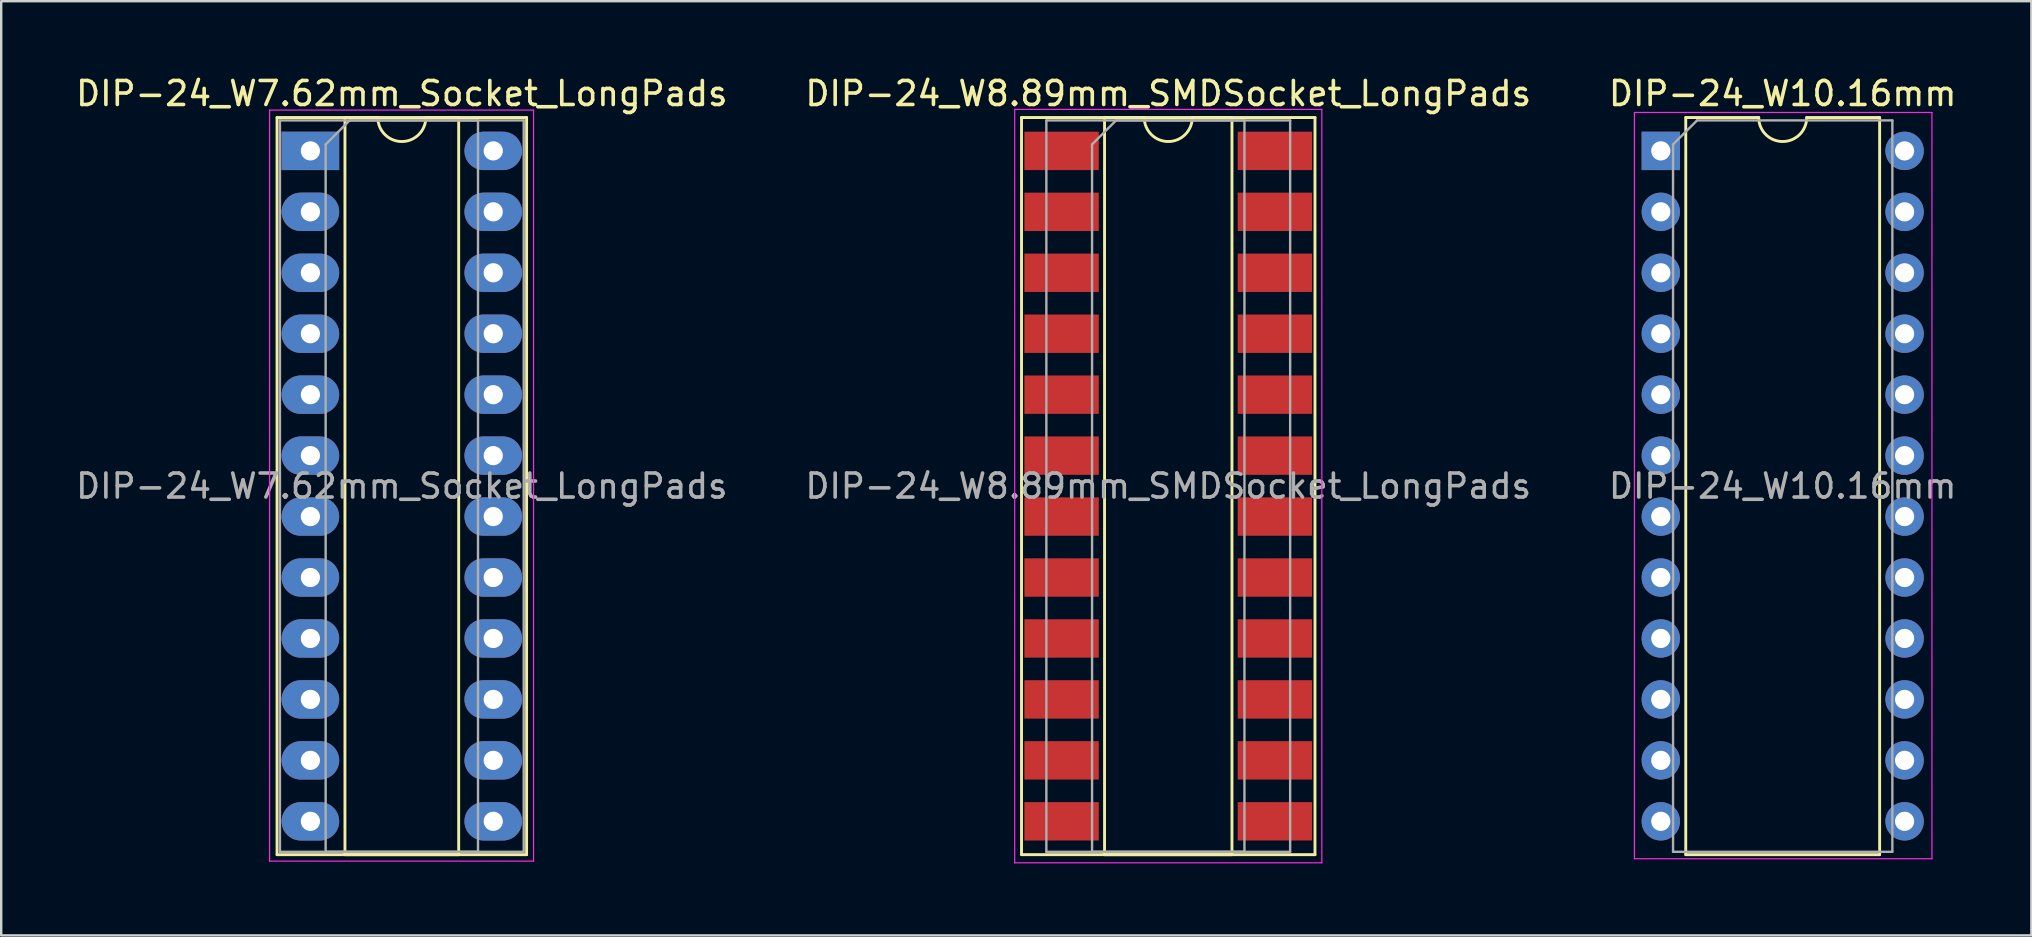
<source format=kicad_pcb>
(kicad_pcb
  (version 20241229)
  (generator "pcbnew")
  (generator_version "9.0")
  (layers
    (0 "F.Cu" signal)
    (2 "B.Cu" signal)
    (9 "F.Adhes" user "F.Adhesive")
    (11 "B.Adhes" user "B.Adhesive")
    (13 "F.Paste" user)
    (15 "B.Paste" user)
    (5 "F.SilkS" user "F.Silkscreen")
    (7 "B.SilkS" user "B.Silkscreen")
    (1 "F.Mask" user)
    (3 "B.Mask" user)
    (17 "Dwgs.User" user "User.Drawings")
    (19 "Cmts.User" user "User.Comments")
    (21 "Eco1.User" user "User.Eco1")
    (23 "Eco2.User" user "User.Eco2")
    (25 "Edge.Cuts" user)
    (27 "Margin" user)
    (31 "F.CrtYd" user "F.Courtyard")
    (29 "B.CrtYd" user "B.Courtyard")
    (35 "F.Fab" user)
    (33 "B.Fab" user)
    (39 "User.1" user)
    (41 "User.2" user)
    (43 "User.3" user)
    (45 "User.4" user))
  (footprint "DIP-24_W7.62mm_Socket_LongPads"
    (layer "F.Cu")
    (at 9.886 3.238)
    (property "Reference" "DIP-24_W7.62mm_Socket_LongPads" (at 3.81 -2.39 0) (layer "F.SilkS") (effects (font (size 1 1) (thickness 0.15))))
    (attr through_hole)
    (fp_line (start -1.39 -1.39) (end -1.39 29.33) (stroke (width 0.12) (type solid)) (layer "F.SilkS"))
    (fp_line (start -1.39 29.33) (end 9.01 29.33) (stroke (width 0.12) (type solid)) (layer "F.SilkS"))
    (fp_line (start 1.44 -1.39) (end 1.44 29.33) (stroke (width 0.12) (type solid)) (layer "F.SilkS"))
    (fp_line (start 1.44 29.33) (end 6.18 29.33) (stroke (width 0.12) (type solid)) (layer "F.SilkS"))
    (fp_line (start 2.81 -1.39) (end 1.44 -1.39) (stroke (width 0.12) (type solid)) (layer "F.SilkS"))
    (fp_line (start 6.18 -1.39) (end 4.81 -1.39) (stroke (width 0.12) (type solid)) (layer "F.SilkS"))
    (fp_line (start 6.18 29.33) (end 6.18 -1.39) (stroke (width 0.12) (type solid)) (layer "F.SilkS"))
    (fp_line (start 9.01 -1.39) (end -1.39 -1.39) (stroke (width 0.12) (type solid)) (layer "F.SilkS"))
    (fp_line (start 9.01 29.33) (end 9.01 -1.39) (stroke (width 0.12) (type solid)) (layer "F.SilkS"))
    (fp_arc (start 4.81 -1.39) (mid 3.81 -0.39) (end 2.81 -1.39) (stroke (width 0.12) (type solid)) (layer "F.SilkS"))
    (fp_line (start -1.7 -1.7) (end -1.7 29.6) (stroke (width 0.05) (type solid)) (layer "F.CrtYd"))
    (fp_line (start -1.7 29.6) (end 9.3 29.6) (stroke (width 0.05) (type solid)) (layer "F.CrtYd"))
    (fp_line (start 9.3 -1.7) (end -1.7 -1.7) (stroke (width 0.05) (type solid)) (layer "F.CrtYd"))
    (fp_line (start 9.3 29.6) (end 9.3 -1.7) (stroke (width 0.05) (type solid)) (layer "F.CrtYd"))
    (fp_line (start -1.27 -1.27) (end -1.27 29.21) (stroke (width 0.1) (type solid)) (layer "F.Fab"))
    (fp_line (start -1.27 29.21) (end 8.89 29.21) (stroke (width 0.1) (type solid)) (layer "F.Fab"))
    (fp_line (start 0.635 -0.27) (end 1.635 -1.27) (stroke (width 0.1) (type solid)) (layer "F.Fab"))
    (fp_line (start 0.635 29.21) (end 0.635 -0.27) (stroke (width 0.1) (type solid)) (layer "F.Fab"))
    (fp_line (start 1.635 -1.27) (end 6.985 -1.27) (stroke (width 0.1) (type solid)) (layer "F.Fab"))
    (fp_line (start 6.985 -1.27) (end 6.985 29.21) (stroke (width 0.1) (type solid)) (layer "F.Fab"))
    (fp_line (start 6.985 29.21) (end 0.635 29.21) (stroke (width 0.1) (type solid)) (layer "F.Fab"))
    (fp_line (start 8.89 -1.27) (end -1.27 -1.27) (stroke (width 0.1) (type solid)) (layer "F.Fab"))
    (fp_line (start 8.89 29.21) (end 8.89 -1.27) (stroke (width 0.1) (type solid)) (layer "F.Fab"))
    (fp_text user "${REFERENCE}" (at 3.81 13.97 0) (layer "F.Fab") (effects (font (size 1 1) (thickness 0.15))))
    (pad "1" thru_hole rect (at 0 0) (size 2.4 1.6) (drill 0.8) (layers "*.Cu" "*.Mask"))
    (pad "2" thru_hole oval (at 0 2.54) (size 2.4 1.6) (drill 0.8) (layers "*.Cu" "*.Mask"))
    (pad "3" thru_hole oval (at 0 5.08) (size 2.4 1.6) (drill 0.8) (layers "*.Cu" "*.Mask"))
    (pad "4" thru_hole oval (at 0 7.62) (size 2.4 1.6) (drill 0.8) (layers "*.Cu" "*.Mask"))
    (pad "5" thru_hole oval (at 0 10.16) (size 2.4 1.6) (drill 0.8) (layers "*.Cu" "*.Mask"))
    (pad "6" thru_hole oval (at 0 12.7) (size 2.4 1.6) (drill 0.8) (layers "*.Cu" "*.Mask"))
    (pad "7" thru_hole oval (at 0 15.24) (size 2.4 1.6) (drill 0.8) (layers "*.Cu" "*.Mask"))
    (pad "8" thru_hole oval (at 0 17.78) (size 2.4 1.6) (drill 0.8) (layers "*.Cu" "*.Mask"))
    (pad "9" thru_hole oval (at 0 20.32) (size 2.4 1.6) (drill 0.8) (layers "*.Cu" "*.Mask"))
    (pad "10" thru_hole oval (at 0 22.86) (size 2.4 1.6) (drill 0.8) (layers "*.Cu" "*.Mask"))
    (pad "11" thru_hole oval (at 0 25.4) (size 2.4 1.6) (drill 0.8) (layers "*.Cu" "*.Mask"))
    (pad "12" thru_hole oval (at 0 27.94) (size 2.4 1.6) (drill 0.8) (layers "*.Cu" "*.Mask"))
    (pad "13" thru_hole oval (at 7.62 27.94) (size 2.4 1.6) (drill 0.8) (layers "*.Cu" "*.Mask"))
    (pad "14" thru_hole oval (at 7.62 25.4) (size 2.4 1.6) (drill 0.8) (layers "*.Cu" "*.Mask"))
    (pad "15" thru_hole oval (at 7.62 22.86) (size 2.4 1.6) (drill 0.8) (layers "*.Cu" "*.Mask"))
    (pad "16" thru_hole oval (at 7.62 20.32) (size 2.4 1.6) (drill 0.8) (layers "*.Cu" "*.Mask"))
    (pad "17" thru_hole oval (at 7.62 17.78) (size 2.4 1.6) (drill 0.8) (layers "*.Cu" "*.Mask"))
    (pad "18" thru_hole oval (at 7.62 15.24) (size 2.4 1.6) (drill 0.8) (layers "*.Cu" "*.Mask"))
    (pad "19" thru_hole oval (at 7.62 12.7) (size 2.4 1.6) (drill 0.8) (layers "*.Cu" "*.Mask"))
    (pad "20" thru_hole oval (at 7.62 10.16) (size 2.4 1.6) (drill 0.8) (layers "*.Cu" "*.Mask"))
    (pad "21" thru_hole oval (at 7.62 7.62) (size 2.4 1.6) (drill 0.8) (layers "*.Cu" "*.Mask"))
    (pad "22" thru_hole oval (at 7.62 5.08) (size 2.4 1.6) (drill 0.8) (layers "*.Cu" "*.Mask"))
    (pad "23" thru_hole oval (at 7.62 2.54) (size 2.4 1.6) (drill 0.8) (layers "*.Cu" "*.Mask"))
    (pad "24" thru_hole oval (at 7.62 0) (size 2.4 1.6) (drill 0.8) (layers "*.Cu" "*.Mask")))
  (footprint "DIP-24_W8.89mm_SMDSocket_LongPads"
    (layer "F.Cu")
    (at 45.637 17.208)
    (property "Reference" "DIP-24_W8.89mm_SMDSocket_LongPads" (at 0 -16.36 0) (layer "F.SilkS") (effects (font (size 1 1) (thickness 0.15))))
    (attr smd)
    (fp_line (start -6.115 -15.36) (end -6.115 15.36) (stroke (width 0.12) (type solid)) (layer "F.SilkS"))
    (fp_line (start -6.115 15.36) (end 6.115 15.36) (stroke (width 0.12) (type solid)) (layer "F.SilkS"))
    (fp_line (start -2.655 -15.36) (end -2.655 15.36) (stroke (width 0.12) (type solid)) (layer "F.SilkS"))
    (fp_line (start -2.655 15.36) (end 2.655 15.36) (stroke (width 0.12) (type solid)) (layer "F.SilkS"))
    (fp_line (start -1 -15.36) (end -2.655 -15.36) (stroke (width 0.12) (type solid)) (layer "F.SilkS"))
    (fp_line (start 2.655 -15.36) (end 1 -15.36) (stroke (width 0.12) (type solid)) (layer "F.SilkS"))
    (fp_line (start 2.655 15.36) (end 2.655 -15.36) (stroke (width 0.12) (type solid)) (layer "F.SilkS"))
    (fp_line (start 6.115 -15.36) (end -6.115 -15.36) (stroke (width 0.12) (type solid)) (layer "F.SilkS"))
    (fp_line (start 6.115 15.36) (end 6.115 -15.36) (stroke (width 0.12) (type solid)) (layer "F.SilkS"))
    (fp_arc (start 1 -15.36) (mid 0 -14.36) (end -1 -15.36) (stroke (width 0.12) (type solid)) (layer "F.SilkS"))
    (fp_line (start -6.4 -15.7) (end -6.4 15.7) (stroke (width 0.05) (type solid)) (layer "F.CrtYd"))
    (fp_line (start -6.4 15.7) (end 6.4 15.7) (stroke (width 0.05) (type solid)) (layer "F.CrtYd"))
    (fp_line (start 6.4 -15.7) (end -6.4 -15.7) (stroke (width 0.05) (type solid)) (layer "F.CrtYd"))
    (fp_line (start 6.4 15.7) (end 6.4 -15.7) (stroke (width 0.05) (type solid)) (layer "F.CrtYd"))
    (fp_line (start -5.08 -15.24) (end -5.08 15.24) (stroke (width 0.1) (type solid)) (layer "F.Fab"))
    (fp_line (start -5.08 15.24) (end 5.08 15.24) (stroke (width 0.1) (type solid)) (layer "F.Fab"))
    (fp_line (start -3.175 -14.24) (end -2.175 -15.24) (stroke (width 0.1) (type solid)) (layer "F.Fab"))
    (fp_line (start -3.175 15.24) (end -3.175 -14.24) (stroke (width 0.1) (type solid)) (layer "F.Fab"))
    (fp_line (start -2.175 -15.24) (end 3.175 -15.24) (stroke (width 0.1) (type solid)) (layer "F.Fab"))
    (fp_line (start 3.175 -15.24) (end 3.175 15.24) (stroke (width 0.1) (type solid)) (layer "F.Fab"))
    (fp_line (start 3.175 15.24) (end -3.175 15.24) (stroke (width 0.1) (type solid)) (layer "F.Fab"))
    (fp_line (start 5.08 -15.24) (end -5.08 -15.24) (stroke (width 0.1) (type solid)) (layer "F.Fab"))
    (fp_line (start 5.08 15.24) (end 5.08 -15.24) (stroke (width 0.1) (type solid)) (layer "F.Fab"))
    (fp_text user "${REFERENCE}" (at 0 0 0) (layer "F.Fab") (effects (font (size 1 1) (thickness 0.15))))
    (pad "1" smd rect (at -4.445 -13.97) (size 3.1 1.6) (layers "F.Cu" "F.Mask" "F.Paste"))
    (pad "2" smd rect (at -4.445 -11.43) (size 3.1 1.6) (layers "F.Cu" "F.Mask" "F.Paste"))
    (pad "3" smd rect (at -4.445 -8.89) (size 3.1 1.6) (layers "F.Cu" "F.Mask" "F.Paste"))
    (pad "4" smd rect (at -4.445 -6.35) (size 3.1 1.6) (layers "F.Cu" "F.Mask" "F.Paste"))
    (pad "5" smd rect (at -4.445 -3.81) (size 3.1 1.6) (layers "F.Cu" "F.Mask" "F.Paste"))
    (pad "6" smd rect (at -4.445 -1.27) (size 3.1 1.6) (layers "F.Cu" "F.Mask" "F.Paste"))
    (pad "7" smd rect (at -4.445 1.27) (size 3.1 1.6) (layers "F.Cu" "F.Mask" "F.Paste"))
    (pad "8" smd rect (at -4.445 3.81) (size 3.1 1.6) (layers "F.Cu" "F.Mask" "F.Paste"))
    (pad "9" smd rect (at -4.445 6.35) (size 3.1 1.6) (layers "F.Cu" "F.Mask" "F.Paste"))
    (pad "10" smd rect (at -4.445 8.89) (size 3.1 1.6) (layers "F.Cu" "F.Mask" "F.Paste"))
    (pad "11" smd rect (at -4.445 11.43) (size 3.1 1.6) (layers "F.Cu" "F.Mask" "F.Paste"))
    (pad "12" smd rect (at -4.445 13.97) (size 3.1 1.6) (layers "F.Cu" "F.Mask" "F.Paste"))
    (pad "13" smd rect (at 4.445 13.97) (size 3.1 1.6) (layers "F.Cu" "F.Mask" "F.Paste"))
    (pad "14" smd rect (at 4.445 11.43) (size 3.1 1.6) (layers "F.Cu" "F.Mask" "F.Paste"))
    (pad "15" smd rect (at 4.445 8.89) (size 3.1 1.6) (layers "F.Cu" "F.Mask" "F.Paste"))
    (pad "16" smd rect (at 4.445 6.35) (size 3.1 1.6) (layers "F.Cu" "F.Mask" "F.Paste"))
    (pad "17" smd rect (at 4.445 3.81) (size 3.1 1.6) (layers "F.Cu" "F.Mask" "F.Paste"))
    (pad "18" smd rect (at 4.445 1.27) (size 3.1 1.6) (layers "F.Cu" "F.Mask" "F.Paste"))
    (pad "19" smd rect (at 4.445 -1.27) (size 3.1 1.6) (layers "F.Cu" "F.Mask" "F.Paste"))
    (pad "20" smd rect (at 4.445 -3.81) (size 3.1 1.6) (layers "F.Cu" "F.Mask" "F.Paste"))
    (pad "21" smd rect (at 4.445 -6.35) (size 3.1 1.6) (layers "F.Cu" "F.Mask" "F.Paste"))
    (pad "22" smd rect (at 4.445 -8.89) (size 3.1 1.6) (layers "F.Cu" "F.Mask" "F.Paste"))
    (pad "23" smd rect (at 4.445 -11.43) (size 3.1 1.6) (layers "F.Cu" "F.Mask" "F.Paste"))
    (pad "24" smd rect (at 4.445 -13.97) (size 3.1 1.6) (layers "F.Cu" "F.Mask" "F.Paste")))
  (footprint "DIP-24_W10.16mm"
    (layer "F.Cu")
    (at 66.164 3.238)
    (property "Reference" "DIP-24_W10.16mm" (at 5.08 -2.39 0) (layer "F.SilkS") (effects (font (size 1 1) (thickness 0.15))))
    (attr through_hole)
    (fp_line (start 1.04 -1.39) (end 1.04 29.33) (stroke (width 0.12) (type solid)) (layer "F.SilkS"))
    (fp_line (start 1.04 29.33) (end 9.12 29.33) (stroke (width 0.12) (type solid)) (layer "F.SilkS"))
    (fp_line (start 4.08 -1.39) (end 1.04 -1.39) (stroke (width 0.12) (type solid)) (layer "F.SilkS"))
    (fp_line (start 9.12 -1.39) (end 6.08 -1.39) (stroke (width 0.12) (type solid)) (layer "F.SilkS"))
    (fp_line (start 9.12 29.33) (end 9.12 -1.39) (stroke (width 0.12) (type solid)) (layer "F.SilkS"))
    (fp_arc (start 6.08 -1.39) (mid 5.08 -0.39) (end 4.08 -1.39) (stroke (width 0.12) (type solid)) (layer "F.SilkS"))
    (fp_line (start -1.1 -1.6) (end -1.1 29.5) (stroke (width 0.05) (type solid)) (layer "F.CrtYd"))
    (fp_line (start -1.1 29.5) (end 11.3 29.5) (stroke (width 0.05) (type solid)) (layer "F.CrtYd"))
    (fp_line (start 11.3 -1.6) (end -1.1 -1.6) (stroke (width 0.05) (type solid)) (layer "F.CrtYd"))
    (fp_line (start 11.3 29.5) (end 11.3 -1.6) (stroke (width 0.05) (type solid)) (layer "F.CrtYd"))
    (fp_line (start 0.51 -0.27) (end 1.51 -1.27) (stroke (width 0.1) (type solid)) (layer "F.Fab"))
    (fp_line (start 0.51 29.21) (end 0.51 -0.27) (stroke (width 0.1) (type solid)) (layer "F.Fab"))
    (fp_line (start 1.51 -1.27) (end 9.65 -1.27) (stroke (width 0.1) (type solid)) (layer "F.Fab"))
    (fp_line (start 9.65 -1.27) (end 9.65 29.21) (stroke (width 0.1) (type solid)) (layer "F.Fab"))
    (fp_line (start 9.65 29.21) (end 0.51 29.21) (stroke (width 0.1) (type solid)) (layer "F.Fab"))
    (fp_text user "${REFERENCE}" (at 5.08 13.97 0) (layer "F.Fab") (effects (font (size 1 1) (thickness 0.15))))
    (pad "1" thru_hole rect (at 0 0) (size 1.6 1.6) (drill 0.8) (layers "*.Cu" "*.Mask"))
    (pad "2" thru_hole oval (at 0 2.54) (size 1.6 1.6) (drill 0.8) (layers "*.Cu" "*.Mask"))
    (pad "3" thru_hole oval (at 0 5.08) (size 1.6 1.6) (drill 0.8) (layers "*.Cu" "*.Mask"))
    (pad "4" thru_hole oval (at 0 7.62) (size 1.6 1.6) (drill 0.8) (layers "*.Cu" "*.Mask"))
    (pad "5" thru_hole oval (at 0 10.16) (size 1.6 1.6) (drill 0.8) (layers "*.Cu" "*.Mask"))
    (pad "6" thru_hole oval (at 0 12.7) (size 1.6 1.6) (drill 0.8) (layers "*.Cu" "*.Mask"))
    (pad "7" thru_hole oval (at 0 15.24) (size 1.6 1.6) (drill 0.8) (layers "*.Cu" "*.Mask"))
    (pad "8" thru_hole oval (at 0 17.78) (size 1.6 1.6) (drill 0.8) (layers "*.Cu" "*.Mask"))
    (pad "9" thru_hole oval (at 0 20.32) (size 1.6 1.6) (drill 0.8) (layers "*.Cu" "*.Mask"))
    (pad "10" thru_hole oval (at 0 22.86) (size 1.6 1.6) (drill 0.8) (layers "*.Cu" "*.Mask"))
    (pad "11" thru_hole oval (at 0 25.4) (size 1.6 1.6) (drill 0.8) (layers "*.Cu" "*.Mask"))
    (pad "12" thru_hole oval (at 0 27.94) (size 1.6 1.6) (drill 0.8) (layers "*.Cu" "*.Mask"))
    (pad "13" thru_hole oval (at 10.16 27.94) (size 1.6 1.6) (drill 0.8) (layers "*.Cu" "*.Mask"))
    (pad "14" thru_hole oval (at 10.16 25.4) (size 1.6 1.6) (drill 0.8) (layers "*.Cu" "*.Mask"))
    (pad "15" thru_hole oval (at 10.16 22.86) (size 1.6 1.6) (drill 0.8) (layers "*.Cu" "*.Mask"))
    (pad "16" thru_hole oval (at 10.16 20.32) (size 1.6 1.6) (drill 0.8) (layers "*.Cu" "*.Mask"))
    (pad "17" thru_hole oval (at 10.16 17.78) (size 1.6 1.6) (drill 0.8) (layers "*.Cu" "*.Mask"))
    (pad "18" thru_hole oval (at 10.16 15.24) (size 1.6 1.6) (drill 0.8) (layers "*.Cu" "*.Mask"))
    (pad "19" thru_hole oval (at 10.16 12.7) (size 1.6 1.6) (drill 0.8) (layers "*.Cu" "*.Mask"))
    (pad "20" thru_hole oval (at 10.16 10.16) (size 1.6 1.6) (drill 0.8) (layers "*.Cu" "*.Mask"))
    (pad "21" thru_hole oval (at 10.16 7.62) (size 1.6 1.6) (drill 0.8) (layers "*.Cu" "*.Mask"))
    (pad "22" thru_hole oval (at 10.16 5.08) (size 1.6 1.6) (drill 0.8) (layers "*.Cu" "*.Mask"))
    (pad "23" thru_hole oval (at 10.16 2.54) (size 1.6 1.6) (drill 0.8) (layers "*.Cu" "*.Mask"))
    (pad "24" thru_hole oval (at 10.16 0) (size 1.6 1.6) (drill 0.8) (layers "*.Cu" "*.Mask")))
  (gr_rect
    (start -3 -3)
    (end 81.607 35.933)
    (stroke (width 0.1) (type default))
    (fill no)
    (layer "Edge.Cuts")))
</source>
